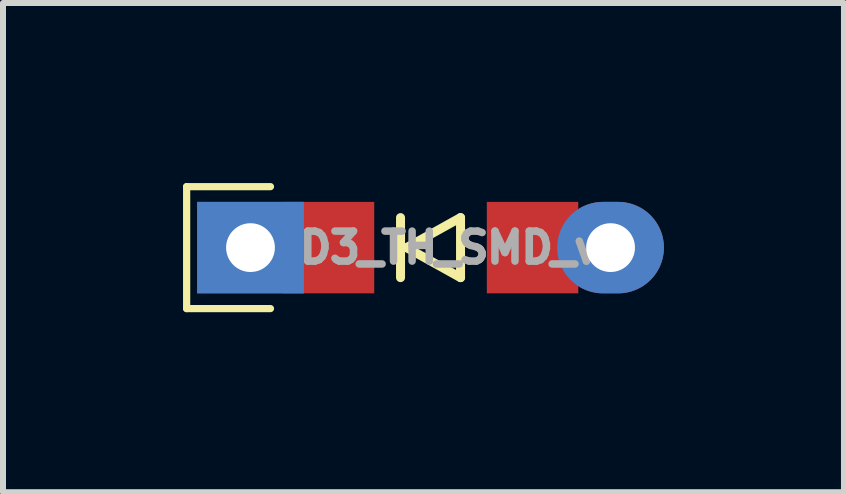
<source format=kicad_pcb>
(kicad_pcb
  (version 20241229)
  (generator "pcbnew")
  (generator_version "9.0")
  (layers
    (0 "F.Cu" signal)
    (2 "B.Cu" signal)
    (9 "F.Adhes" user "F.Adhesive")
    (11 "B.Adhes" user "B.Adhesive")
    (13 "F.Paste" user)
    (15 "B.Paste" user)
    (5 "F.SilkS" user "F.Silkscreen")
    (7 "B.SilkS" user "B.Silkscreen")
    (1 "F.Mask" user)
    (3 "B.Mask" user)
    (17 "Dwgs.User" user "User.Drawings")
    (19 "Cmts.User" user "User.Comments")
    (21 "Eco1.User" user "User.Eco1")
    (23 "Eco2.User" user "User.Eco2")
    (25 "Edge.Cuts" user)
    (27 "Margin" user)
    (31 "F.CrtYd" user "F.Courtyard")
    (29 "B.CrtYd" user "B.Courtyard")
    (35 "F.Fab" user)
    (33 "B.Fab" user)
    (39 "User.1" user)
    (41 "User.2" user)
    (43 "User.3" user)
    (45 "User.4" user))
  (footprint "D3_TH_SMD_v2"
    (layer "F.Cu")
    (at 4.124 1.076)
    (property "Reference" "D3_TH_SMD_v2" (at 0.55 0 180) (layer "F.Fab") (effects (font (size 0.5 0.5) (thickness 0.125))))
    (attr through_hole)
    (fp_line (start -4.064 -1.016) (end -4.064 1.016) (stroke (width 0.12) (type solid)) (layer "F.SilkS"))
    (fp_line (start -4.064 1.016) (end -2.667 1.016) (stroke (width 0.12) (type solid)) (layer "F.SilkS"))
    (fp_line (start -2.667 -1.016) (end -4.064 -1.016) (stroke (width 0.12) (type solid)) (layer "F.SilkS"))
    (fp_line (start -0.5 -0.5) (end -0.5 0.5) (stroke (width 0.15) (type solid)) (layer "F.SilkS"))
    (fp_line (start -0.4 0) (end 0.5 -0.5) (stroke (width 0.15) (type solid)) (layer "F.SilkS"))
    (fp_line (start 0.5 -0.5) (end 0.5 0.5) (stroke (width 0.15) (type solid)) (layer "F.SilkS"))
    (fp_line (start 0.5 0.5) (end -0.4 0) (stroke (width 0.15) (type solid)) (layer "F.SilkS"))
    (pad "1" thru_hole rect (at -3 0) (size 1.778 1.524) (drill 0.813) (layers "*.Cu" "B.Mask"))
    (pad "1" smd rect (at -1.7 0 180) (size 1.524 1.524) (layers "F.Cu" "F.Mask" "F.Paste"))
    (pad "2" smd rect (at 1.7 0 180) (size 1.524 1.524) (layers "F.Cu" "F.Mask" "F.Paste"))
    (pad "2" thru_hole oval (at 3 0) (size 1.778 1.524) (drill 0.813) (layers "*.Cu" "B.Mask")))
  (gr_rect
    (start -3 -3)
    (end 11.013 5.152)
    (stroke (width 0.1) (type default))
    (fill no)
    (layer "Edge.Cuts")))
</source>
